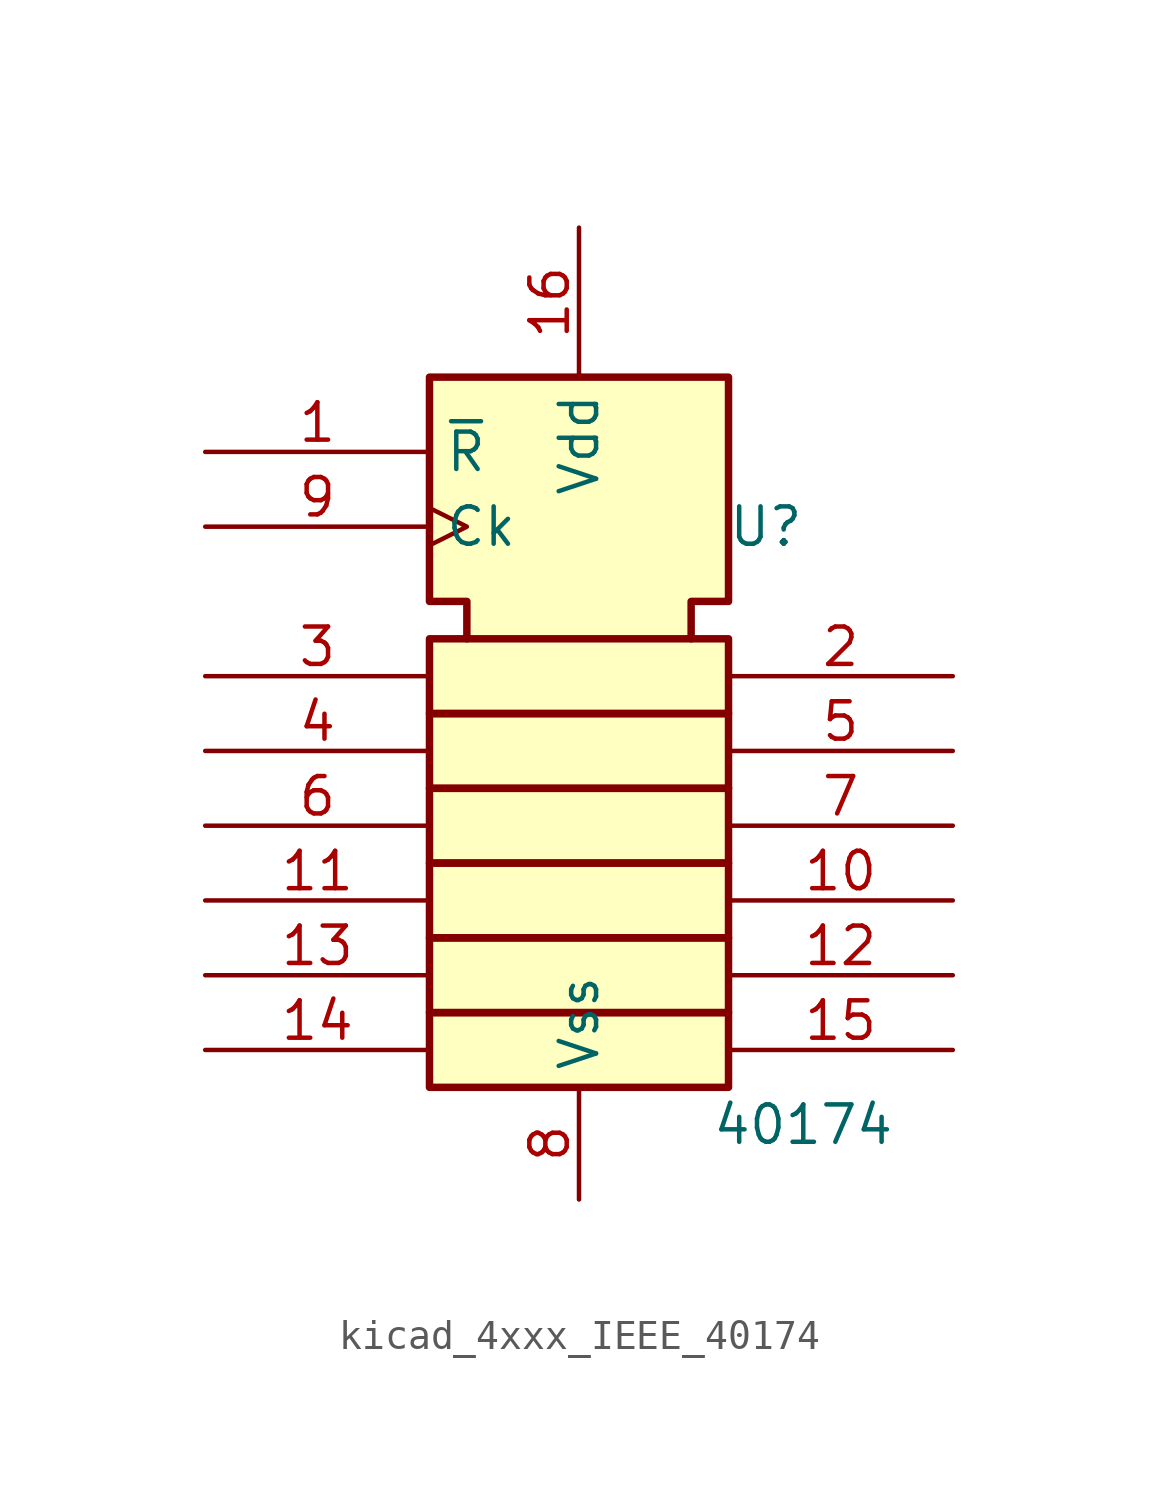
<source format=kicad_sym>
(kicad_symbol_lib
  (version 20220914)
  (generator kicad_symbol_editor)
  (symbol "kicad_4xxx_IEEE_40174"
    (property "Reference" "U"
      (at 6.35 7.62 0)
      (effects (font (size 1.27 1.27))))
    (property "Value" "40174"
      (at 7.62 -12.7 0)
      (effects (font (size 1.27 1.27))))
    (symbol "kicad_4xxx_IEEE_40174_0_0"
      (pin input line (at -12.7 10.16 0) (length 7.62) (name "~{R}" (effects (font (size 1.27 1.27)))) (number "1" (effects (font (size 1.27 1.27)))))
      (pin power_in line (at 0 17.78 270) (length 5.08) (name "Vdd" (effects (font (size 1.27 1.27)))) (number "16" (effects (font (size 1.27 1.27)))))
      (pin power_in line (at 0 -15.24 90) (length 3.81) (name "Vss" (effects (font (size 1.27 1.27)))) (number "8" (effects (font (size 1.27 1.27)))))
      (pin input clock (at -12.7 7.62 0) (length 7.62) (name "Ck" (effects (font (size 1.27 1.27)))) (number "9" (effects (font (size 1.27 1.27))))))
    (symbol "kicad_4xxx_IEEE_40174_0_1"
      (rectangle (start -5.08 -8.89) (end 5.08 -11.43) (stroke (width 0.254) (type default)) (fill (type background)))
      (rectangle (start -5.08 -6.35) (end 5.08 -8.89) (stroke (width 0.254) (type default)) (fill (type background)))
      (rectangle (start -5.08 -3.81) (end 5.08 -6.35) (stroke (width 0.254) (type default)) (fill (type background)))
      (rectangle (start -5.08 -1.27) (end 5.08 -3.81) (stroke (width 0.254) (type default)) (fill (type background)))
      (rectangle (start -5.08 1.27) (end 5.08 -1.27) (stroke (width 0.254) (type default)) (fill (type background)))
      (rectangle (start -5.08 3.81) (end 5.08 1.27) (stroke (width 0.254) (type default)) (fill (type background)))
      (polyline (pts (xy -3.81 3.81) (xy -3.81 5.08) (xy -5.08 5.08) (xy -5.08 12.7) (xy 5.08 12.7) (xy 5.08 5.08) (xy 3.81 5.08) (xy 3.81 3.81) (xy 3.81 3.81)) (stroke (width 0.254) (type default)) (fill (type background))))
    (symbol "kicad_4xxx_IEEE_40174_1_0"
      (pin output line (at 12.7 -5.08 180) (length 7.62) (name "~" (effects (font (size 1.27 1.27)))) (number "10" (effects (font (size 1.27 1.27)))))
      (pin input line (at -12.7 -5.08 0) (length 7.62) (name "~" (effects (font (size 1.27 1.27)))) (number "11" (effects (font (size 1.27 1.27)))))
      (pin output line (at 12.7 -7.62 180) (length 7.62) (name "~" (effects (font (size 1.27 1.27)))) (number "12" (effects (font (size 1.27 1.27)))))
      (pin input line (at -12.7 -7.62 0) (length 7.62) (name "~" (effects (font (size 1.27 1.27)))) (number "13" (effects (font (size 1.27 1.27)))))
      (pin input line (at -12.7 -10.16 0) (length 7.62) (name "~" (effects (font (size 1.27 1.27)))) (number "14" (effects (font (size 1.27 1.27)))))
      (pin output line (at 12.7 -10.16 180) (length 7.62) (name "~" (effects (font (size 1.27 1.27)))) (number "15" (effects (font (size 1.27 1.27)))))
      (pin output line (at 12.7 2.54 180) (length 7.62) (name "~" (effects (font (size 1.27 1.27)))) (number "2" (effects (font (size 1.27 1.27)))))
      (pin input line (at -12.7 2.54 0) (length 7.62) (name "~" (effects (font (size 1.27 1.27)))) (number "3" (effects (font (size 1.27 1.27)))))
      (pin input line (at -12.7 0 0) (length 7.62) (name "~" (effects (font (size 1.27 1.27)))) (number "4" (effects (font (size 1.27 1.27)))))
      (pin output line (at 12.7 0 180) (length 7.62) (name "~" (effects (font (size 1.27 1.27)))) (number "5" (effects (font (size 1.27 1.27)))))
      (pin input line (at -12.7 -2.54 0) (length 7.62) (name "~" (effects (font (size 1.27 1.27)))) (number "6" (effects (font (size 1.27 1.27)))))
      (pin output line (at 12.7 -2.54 180) (length 7.62) (name "~" (effects (font (size 1.27 1.27)))) (number "7" (effects (font (size 1.27 1.27))))))))
</source>
